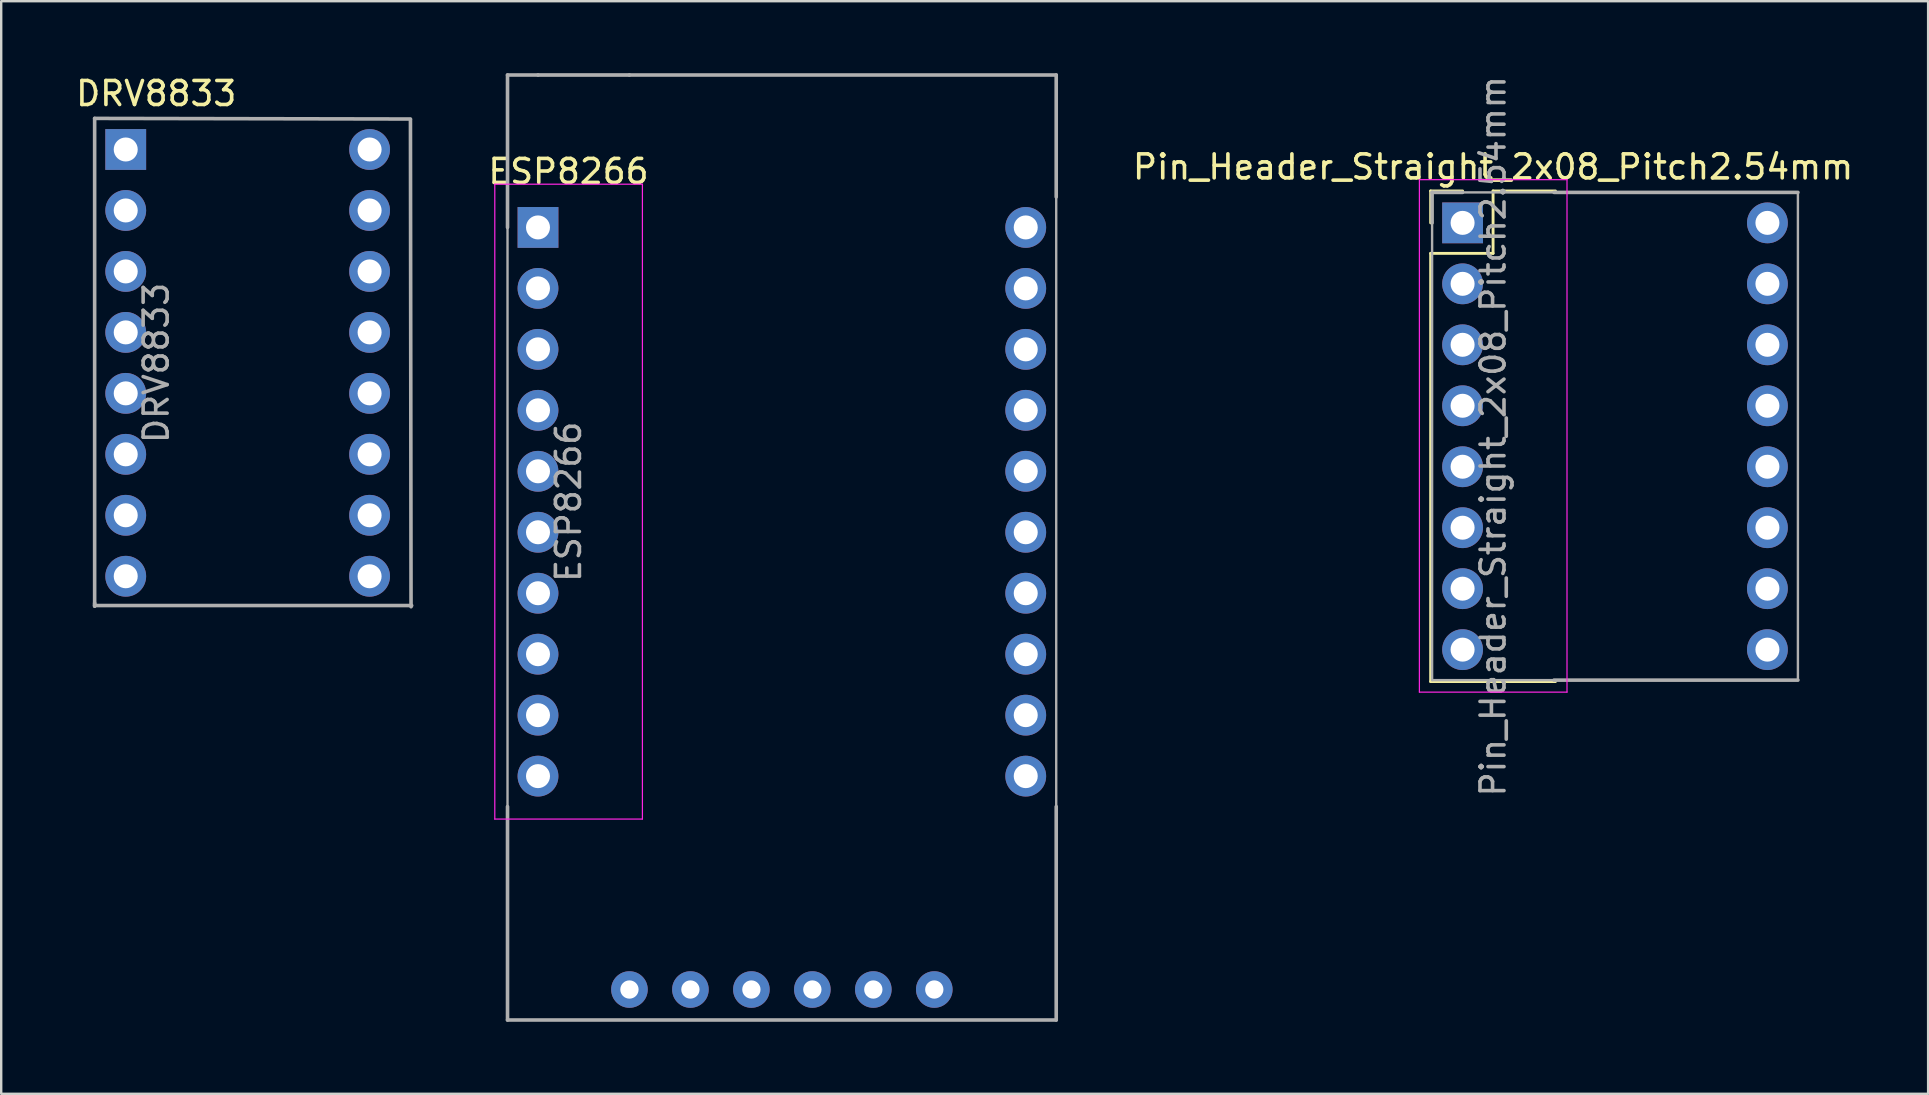
<source format=kicad_pcb>
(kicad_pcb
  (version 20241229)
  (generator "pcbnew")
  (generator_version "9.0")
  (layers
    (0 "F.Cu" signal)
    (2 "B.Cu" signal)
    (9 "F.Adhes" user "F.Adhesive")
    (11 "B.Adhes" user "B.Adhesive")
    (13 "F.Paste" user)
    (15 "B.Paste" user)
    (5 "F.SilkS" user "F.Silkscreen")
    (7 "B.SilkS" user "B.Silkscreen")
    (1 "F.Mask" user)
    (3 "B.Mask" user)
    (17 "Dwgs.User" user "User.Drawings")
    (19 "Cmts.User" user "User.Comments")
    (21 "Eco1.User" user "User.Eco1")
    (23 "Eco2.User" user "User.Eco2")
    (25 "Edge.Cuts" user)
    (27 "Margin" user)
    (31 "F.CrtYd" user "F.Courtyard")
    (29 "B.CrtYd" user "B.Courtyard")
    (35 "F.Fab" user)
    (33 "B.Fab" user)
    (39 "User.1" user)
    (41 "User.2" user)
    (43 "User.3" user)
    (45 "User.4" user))
  (footprint "DRV8833"
    (layer "F.Cu")
    (at 2.188 3.178)
    (property "Reference" "DRV8833" (at 1.27 -2.33 0) (layer "F.SilkS") (effects (font (size 1 1) (thickness 0.15))))
    (attr through_hole)
    (fp_line (start -1.295 -1.295) (end -1.295 19.025) (stroke (width 0.15) (type solid)) (layer "F.Fab"))
    (fp_line (start -1.295 18.999) (end 11.913 18.999) (stroke (width 0.15) (type solid)) (layer "F.Fab"))
    (fp_line (start -1.295 19.025) (end -1.295 18.898) (stroke (width 0.15) (type solid)) (layer "F.Fab"))
    (fp_line (start 11.862 -1.27) (end -1.295 -1.295) (stroke (width 0.15) (type solid)) (layer "F.Fab"))
    (fp_line (start 11.862 -1.245) (end 11.887 19.05) (stroke (width 0.15) (type solid)) (layer "F.Fab"))
    (fp_text user "${REFERENCE}" (at 1.27 8.89 90) (layer "F.Fab") (effects (font (size 1 1) (thickness 0.15))))
    (pad "1" thru_hole rect (at 0 0) (size 1.7 1.7) (drill 1) (layers "*.Cu" "*.Mask"))
    (pad "2" thru_hole oval (at 0 2.54) (size 1.7 1.7) (drill 1) (layers "*.Cu" "*.Mask"))
    (pad "3" thru_hole oval (at 0 5.08) (size 1.7 1.7) (drill 1) (layers "*.Cu" "*.Mask"))
    (pad "4" thru_hole oval (at 0 7.62) (size 1.7 1.7) (drill 1) (layers "*.Cu" "*.Mask"))
    (pad "5" thru_hole oval (at 0 10.16) (size 1.7 1.7) (drill 1) (layers "*.Cu" "*.Mask"))
    (pad "6" thru_hole oval (at 0 12.7) (size 1.7 1.7) (drill 1) (layers "*.Cu" "*.Mask"))
    (pad "7" thru_hole oval (at 0 15.24) (size 1.7 1.7) (drill 1) (layers "*.Cu" "*.Mask"))
    (pad "8" thru_hole oval (at 0 17.78) (size 1.7 1.7) (drill 1) (layers "*.Cu" "*.Mask"))
    (pad "9" thru_hole oval (at 10.16 17.78) (size 1.7 1.7) (drill 1) (layers "*.Cu" "*.Mask"))
    (pad "10" thru_hole oval (at 10.16 15.24) (size 1.7 1.7) (drill 1) (layers "*.Cu" "*.Mask"))
    (pad "11" thru_hole oval (at 10.16 12.7) (size 1.7 1.7) (drill 1) (layers "*.Cu" "*.Mask"))
    (pad "12" thru_hole oval (at 10.16 10.16) (size 1.7 1.7) (drill 1) (layers "*.Cu" "*.Mask"))
    (pad "13" thru_hole oval (at 10.16 7.62) (size 1.7 1.7) (drill 1) (layers "*.Cu" "*.Mask"))
    (pad "14" thru_hole oval (at 10.16 5.08) (size 1.7 1.7) (drill 1) (layers "*.Cu" "*.Mask"))
    (pad "15" thru_hole oval (at 10.16 2.54) (size 1.7 1.7) (drill 1) (layers "*.Cu" "*.Mask"))
    (pad "16" thru_hole oval (at 10.16 0) (size 1.7 1.7) (drill 1) (layers "*.Cu" "*.Mask")))
  (footprint "Pin_Header_Straight_2x08_Pitch2.54mm"
    (layer "F.Cu")
    (at 57.884 6.235)
    (property "Reference" "Pin_Header_Straight_2x08_Pitch2.54mm" (at 1.27 -2.33 0) (layer "F.SilkS") (effects (font (size 1 1) (thickness 0.15))))
    (attr through_hole)
    (fp_line (start -1.33 -1.33) (end 0 -1.33) (stroke (width 0.12) (type solid)) (layer "F.SilkS"))
    (fp_line (start -1.33 0) (end -1.33 -1.33) (stroke (width 0.12) (type solid)) (layer "F.SilkS"))
    (fp_line (start -1.33 1.27) (end -1.33 19.11) (stroke (width 0.12) (type solid)) (layer "F.SilkS"))
    (fp_line (start -1.33 1.27) (end 1.27 1.27) (stroke (width 0.12) (type solid)) (layer "F.SilkS"))
    (fp_line (start -1.33 19.11) (end 3.87 19.11) (stroke (width 0.12) (type solid)) (layer "F.SilkS"))
    (fp_line (start 1.27 -1.33) (end 3.87 -1.33) (stroke (width 0.12) (type solid)) (layer "F.SilkS"))
    (fp_line (start 1.27 1.27) (end 1.27 -1.33) (stroke (width 0.12) (type solid)) (layer "F.SilkS"))
    (fp_line (start -1.8 -1.8) (end -1.8 19.55) (stroke (width 0.05) (type solid)) (layer "F.CrtYd"))
    (fp_line (start -1.8 19.55) (end 4.35 19.55) (stroke (width 0.05) (type solid)) (layer "F.CrtYd"))
    (fp_line (start 4.35 -1.8) (end -1.8 -1.8) (stroke (width 0.05) (type solid)) (layer "F.CrtYd"))
    (fp_line (start 4.35 19.55) (end 4.35 -1.8) (stroke (width 0.05) (type solid)) (layer "F.CrtYd"))
    (fp_line (start -1.27 -1.27) (end 0 -1.27) (stroke (width 0.15) (type solid)) (layer "F.Fab"))
    (fp_line (start -1.27 0) (end -1.27 -1.27) (stroke (width 0.15) (type solid)) (layer "F.Fab"))
    (fp_line (start -1.27 19.05) (end -1.27 0) (stroke (width 0.1) (type solid)) (layer "F.Fab"))
    (fp_line (start 0 -1.27) (end 3.81 -1.27) (stroke (width 0.1) (type solid)) (layer "F.Fab"))
    (fp_line (start 3.81 -1.27) (end 13.97 -1.27) (stroke (width 0.15) (type solid)) (layer "F.Fab"))
    (fp_line (start 3.81 19.05) (end -1.27 19.05) (stroke (width 0.1) (type solid)) (layer "F.Fab"))
    (fp_line (start 3.81 19.05) (end 13.97 19.05) (stroke (width 0.15) (type solid)) (layer "F.Fab"))
    (fp_line (start 13.97 -1.27) (end 13.97 19.05) (stroke (width 0.1) (type solid)) (layer "F.Fab"))
    (fp_text user "${REFERENCE}" (at 1.27 8.89 90) (layer "F.Fab") (effects (font (size 1 1) (thickness 0.15))))
    (pad "1" thru_hole rect (at 0 0) (size 1.7 1.7) (drill 1) (layers "*.Cu" "*.Mask"))
    (pad "2" thru_hole oval (at 12.7 0) (size 1.7 1.7) (drill 1) (layers "*.Cu" "*.Mask"))
    (pad "3" thru_hole oval (at 0 2.54) (size 1.7 1.7) (drill 1) (layers "*.Cu" "*.Mask"))
    (pad "4" thru_hole oval (at 12.7 2.54) (size 1.7 1.7) (drill 1) (layers "*.Cu" "*.Mask"))
    (pad "5" thru_hole oval (at 0 5.08) (size 1.7 1.7) (drill 1) (layers "*.Cu" "*.Mask"))
    (pad "6" thru_hole oval (at 12.7 5.08) (size 1.7 1.7) (drill 1) (layers "*.Cu" "*.Mask"))
    (pad "7" thru_hole oval (at 0 7.62) (size 1.7 1.7) (drill 1) (layers "*.Cu" "*.Mask"))
    (pad "8" thru_hole oval (at 12.7 7.62) (size 1.7 1.7) (drill 1) (layers "*.Cu" "*.Mask"))
    (pad "9" thru_hole oval (at 0 10.16) (size 1.7 1.7) (drill 1) (layers "*.Cu" "*.Mask"))
    (pad "10" thru_hole oval (at 12.7 10.16) (size 1.7 1.7) (drill 1) (layers "*.Cu" "*.Mask"))
    (pad "11" thru_hole oval (at 0 12.7) (size 1.7 1.7) (drill 1) (layers "*.Cu" "*.Mask"))
    (pad "12" thru_hole oval (at 12.7 12.7) (size 1.7 1.7) (drill 1) (layers "*.Cu" "*.Mask"))
    (pad "13" thru_hole oval (at 0 15.24) (size 1.7 1.7) (drill 1) (layers "*.Cu" "*.Mask"))
    (pad "14" thru_hole oval (at 12.7 15.24) (size 1.7 1.7) (drill 1) (layers "*.Cu" "*.Mask"))
    (pad "15" thru_hole oval (at 0 17.78) (size 1.7 1.7) (drill 1) (layers "*.Cu" "*.Mask"))
    (pad "16" thru_hole oval (at 12.7 17.78) (size 1.7 1.7) (drill 1) (layers "*.Cu" "*.Mask")))
  (footprint "ESP8266"
    (layer "F.Cu")
    (at 19.364 6.425)
    (property "Reference" "ESP8266" (at 1.27 -2.33 0) (layer "F.SilkS") (effects (font (size 1 1) (thickness 0.15))))
    (attr through_hole)
    (fp_line (start -1.8 -1.8) (end -1.8 24.65) (stroke (width 0.05) (type solid)) (layer "F.CrtYd"))
    (fp_line (start -1.8 24.65) (end 4.35 24.65) (stroke (width 0.05) (type solid)) (layer "F.CrtYd"))
    (fp_line (start 4.35 -1.8) (end -1.8 -1.8) (stroke (width 0.05) (type solid)) (layer "F.CrtYd"))
    (fp_line (start 4.35 24.65) (end 4.35 -1.8) (stroke (width 0.05) (type solid)) (layer "F.CrtYd"))
    (fp_line (start -1.27 -6.35) (end -1.27 0) (stroke (width 0.15) (type solid)) (layer "F.Fab"))
    (fp_line (start -1.27 -6.35) (end 0 -6.35) (stroke (width 0.15) (type solid)) (layer "F.Fab"))
    (fp_line (start -1.27 24.13) (end -1.27 0) (stroke (width 0.1) (type solid)) (layer "F.Fab"))
    (fp_line (start -1.27 24.13) (end -1.27 33.02) (stroke (width 0.15) (type solid)) (layer "F.Fab"))
    (fp_line (start -1.27 33.02) (end 21.59 33.02) (stroke (width 0.15) (type solid)) (layer "F.Fab"))
    (fp_line (start 0 -6.35) (end 3.81 -6.35) (stroke (width 0.1) (type solid)) (layer "F.Fab"))
    (fp_line (start 0 -6.35) (end 3.81 -6.35) (stroke (width 0.15) (type solid)) (layer "F.Fab"))
    (fp_line (start 3.81 -6.35) (end 21.59 -6.35) (stroke (width 0.15) (type solid)) (layer "F.Fab"))
    (fp_line (start 21.59 -1.27) (end 21.59 -6.35) (stroke (width 0.15) (type solid)) (layer "F.Fab"))
    (fp_line (start 21.59 -1.27) (end 21.59 24.13) (stroke (width 0.1) (type solid)) (layer "F.Fab"))
    (fp_line (start 21.59 33.02) (end 21.59 24.13) (stroke (width 0.15) (type solid)) (layer "F.Fab"))
    (fp_text user "${REFERENCE}" (at 1.27 11.43 90) (layer "F.Fab") (effects (font (size 1 1) (thickness 0.15))))
    (pad "1" thru_hole rect (at 0 0) (size 1.7 1.7) (drill 1) (layers "*.Cu" "*.Mask"))
    (pad "2" thru_hole oval (at 0 2.54) (size 1.7 1.7) (drill 1) (layers "*.Cu" "*.Mask"))
    (pad "3" thru_hole oval (at 0 5.08) (size 1.7 1.7) (drill 1) (layers "*.Cu" "*.Mask"))
    (pad "4" thru_hole oval (at 0 7.62) (size 1.7 1.7) (drill 1) (layers "*.Cu" "*.Mask"))
    (pad "5" thru_hole oval (at 0 10.16) (size 1.7 1.7) (drill 1) (layers "*.Cu" "*.Mask"))
    (pad "6" thru_hole oval (at 0 12.7) (size 1.7 1.7) (drill 1) (layers "*.Cu" "*.Mask"))
    (pad "7" thru_hole oval (at 0 15.24) (size 1.7 1.7) (drill 1) (layers "*.Cu" "*.Mask"))
    (pad "8" thru_hole oval (at 0 17.78) (size 1.7 1.7) (drill 1) (layers "*.Cu" "*.Mask"))
    (pad "9" thru_hole oval (at 0 20.32) (size 1.7 1.7) (drill 1) (layers "*.Cu" "*.Mask"))
    (pad "10" thru_hole oval (at 0 22.86) (size 1.7 1.7) (drill 1) (layers "*.Cu" "*.Mask"))
    (pad "11" thru_hole circle (at 3.81 31.75) (size 1.524 1.524) (drill 0.762) (layers "*.Cu" "*.Mask"))
    (pad "12" thru_hole circle (at 6.35 31.75) (size 1.524 1.524) (drill 0.762) (layers "*.Cu" "*.Mask"))
    (pad "13" thru_hole circle (at 8.89 31.75) (size 1.524 1.524) (drill 0.762) (layers "*.Cu" "*.Mask"))
    (pad "14" thru_hole circle (at 11.43 31.75) (size 1.524 1.524) (drill 0.762) (layers "*.Cu" "*.Mask"))
    (pad "15" thru_hole circle (at 13.97 31.75) (size 1.524 1.524) (drill 0.762) (layers "*.Cu" "*.Mask"))
    (pad "16" thru_hole circle (at 16.51 31.75) (size 1.524 1.524) (drill 0.762) (layers "*.Cu" "*.Mask"))
    (pad "17" thru_hole oval (at 20.32 22.86) (size 1.7 1.7) (drill 1) (layers "*.Cu" "*.Mask"))
    (pad "18" thru_hole oval (at 20.32 20.32) (size 1.7 1.7) (drill 1) (layers "*.Cu" "*.Mask"))
    (pad "19" thru_hole oval (at 20.32 17.78) (size 1.7 1.7) (drill 1) (layers "*.Cu" "*.Mask"))
    (pad "20" thru_hole oval (at 20.32 15.24) (size 1.7 1.7) (drill 1) (layers "*.Cu" "*.Mask"))
    (pad "21" thru_hole oval (at 20.32 12.7) (size 1.7 1.7) (drill 1) (layers "*.Cu" "*.Mask"))
    (pad "22" thru_hole oval (at 20.32 10.16) (size 1.7 1.7) (drill 1) (layers "*.Cu" "*.Mask"))
    (pad "23" thru_hole oval (at 20.32 7.62) (size 1.7 1.7) (drill 1) (layers "*.Cu" "*.Mask"))
    (pad "24" thru_hole oval (at 20.32 5.08) (size 1.7 1.7) (drill 1) (layers "*.Cu" "*.Mask"))
    (pad "25" thru_hole oval (at 20.32 2.54) (size 1.7 1.7) (drill 1) (layers "*.Cu" "*.Mask"))
    (pad "26" thru_hole oval (at 20.32 0) (size 1.7 1.7) (drill 1) (layers "*.Cu" "*.Mask")))
  (gr_rect
    (start -3 -3)
    (end 77.279 42.52)
    (stroke (width 0.1) (type default))
    (fill no)
    (layer "Edge.Cuts")))
</source>
